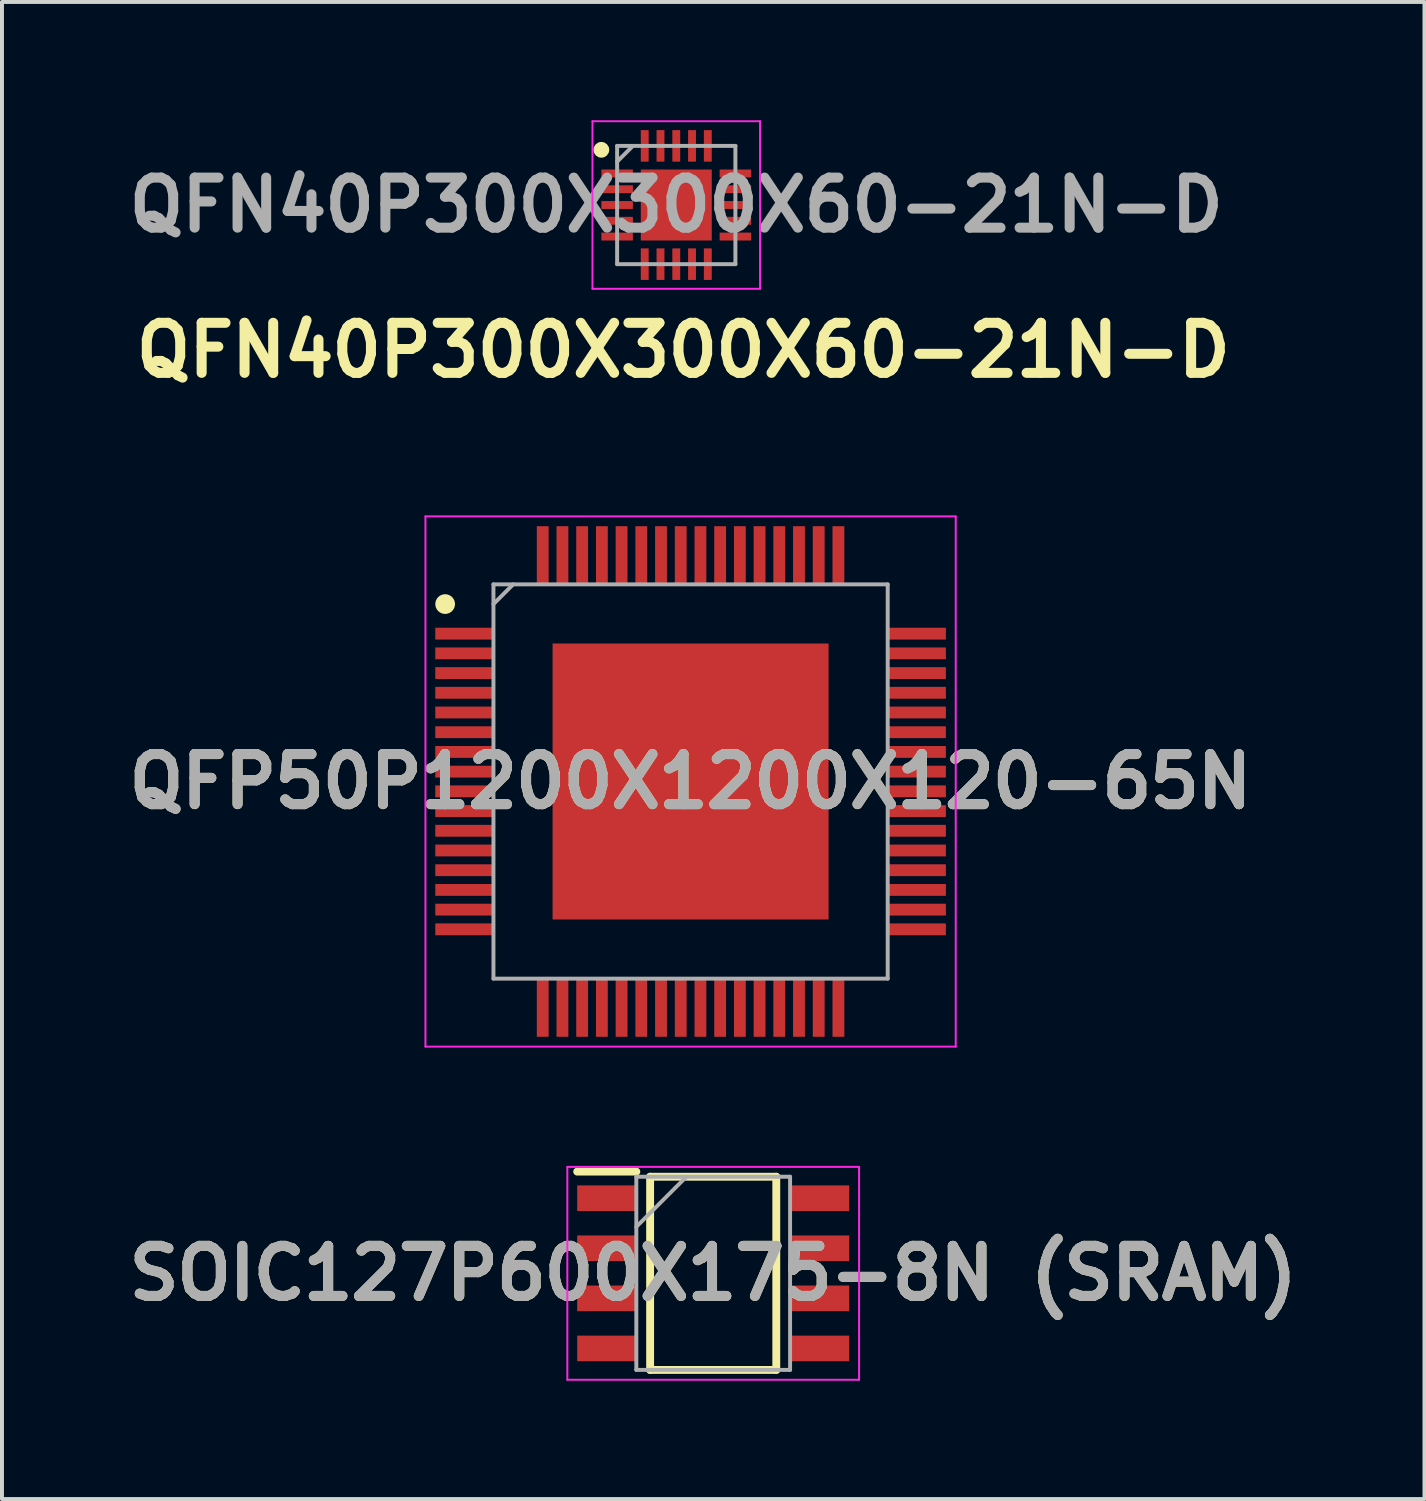
<source format=kicad_pcb>
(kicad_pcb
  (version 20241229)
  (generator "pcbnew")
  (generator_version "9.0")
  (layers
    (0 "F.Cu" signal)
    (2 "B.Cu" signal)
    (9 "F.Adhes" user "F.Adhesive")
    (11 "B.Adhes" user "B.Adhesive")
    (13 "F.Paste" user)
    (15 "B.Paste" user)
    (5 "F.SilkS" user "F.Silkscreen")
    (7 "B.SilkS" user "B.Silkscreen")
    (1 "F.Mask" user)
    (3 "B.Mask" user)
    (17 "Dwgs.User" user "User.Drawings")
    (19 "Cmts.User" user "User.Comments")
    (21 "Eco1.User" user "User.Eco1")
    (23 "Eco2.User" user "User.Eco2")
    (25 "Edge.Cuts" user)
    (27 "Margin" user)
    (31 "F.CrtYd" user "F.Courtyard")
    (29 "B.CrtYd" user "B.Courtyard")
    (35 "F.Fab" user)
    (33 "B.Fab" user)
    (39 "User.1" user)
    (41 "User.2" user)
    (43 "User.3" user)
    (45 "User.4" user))
  (footprint "SOIC127P600X175-8N (SRAM)"
    (layer "F.Cu")
    (at 15.04 29.247)
    (property "Reference" "SOIC127P600X175-8N (SRAM)" (at 0 0 0) (layer "F.SilkS") (effects (font (size 1.27 1.27) (thickness 0.254))))
    (attr smd)
    (fp_line (start -3.45 -2.58) (end -1.95 -2.58) (stroke (width 0.2) (type solid)) (layer "F.SilkS"))
    (fp_line (start -1.6 -2.45) (end 1.6 -2.45) (stroke (width 0.2) (type solid)) (layer "F.SilkS"))
    (fp_line (start -1.6 2.45) (end -1.6 -2.45) (stroke (width 0.2) (type solid)) (layer "F.SilkS"))
    (fp_line (start 1.6 -2.45) (end 1.6 2.45) (stroke (width 0.2) (type solid)) (layer "F.SilkS"))
    (fp_line (start 1.6 2.45) (end -1.6 2.45) (stroke (width 0.2) (type solid)) (layer "F.SilkS"))
    (fp_line (start -3.7 -2.7) (end 3.7 -2.7) (stroke (width 0.05) (type solid)) (layer "F.CrtYd"))
    (fp_line (start -3.7 2.7) (end -3.7 -2.7) (stroke (width 0.05) (type solid)) (layer "F.CrtYd"))
    (fp_line (start 3.7 -2.7) (end 3.7 2.7) (stroke (width 0.05) (type solid)) (layer "F.CrtYd"))
    (fp_line (start 3.7 2.7) (end -3.7 2.7) (stroke (width 0.05) (type solid)) (layer "F.CrtYd"))
    (fp_line (start -1.95 -2.45) (end 1.95 -2.45) (stroke (width 0.1) (type solid)) (layer "F.Fab"))
    (fp_line (start -1.95 -1.18) (end -0.68 -2.45) (stroke (width 0.1) (type solid)) (layer "F.Fab"))
    (fp_line (start -1.95 2.45) (end -1.95 -2.45) (stroke (width 0.1) (type solid)) (layer "F.Fab"))
    (fp_line (start 1.95 -2.45) (end 1.95 2.45) (stroke (width 0.1) (type solid)) (layer "F.Fab"))
    (fp_line (start 1.95 2.45) (end -1.95 2.45) (stroke (width 0.1) (type solid)) (layer "F.Fab"))
    (fp_text user "${REFERENCE}" (at 0 0 0) (layer "F.Fab") (effects (font (size 1.27 1.27) (thickness 0.254))))
    (pad "1" smd rect (at -2.7 -1.905 90) (size 0.65 1.5) (layers "F.Cu" "F.Mask" "F.Paste"))
    (pad "2" smd rect (at -2.7 -0.635 90) (size 0.65 1.5) (layers "F.Cu" "F.Mask" "F.Paste"))
    (pad "3" smd rect (at -2.7 0.635 90) (size 0.65 1.5) (layers "F.Cu" "F.Mask" "F.Paste"))
    (pad "4" smd rect (at -2.7 1.905 90) (size 0.65 1.5) (layers "F.Cu" "F.Mask" "F.Paste"))
    (pad "5" smd rect (at 2.7 1.905 90) (size 0.65 1.5) (layers "F.Cu" "F.Mask" "F.Paste"))
    (pad "6" smd rect (at 2.7 0.635 90) (size 0.65 1.5) (layers "F.Cu" "F.Mask" "F.Paste"))
    (pad "7" smd rect (at 2.7 -0.635 90) (size 0.65 1.5) (layers "F.Cu" "F.Mask" "F.Paste"))
    (pad "8" smd rect (at 2.7 -1.905 90) (size 0.65 1.5) (layers "F.Cu" "F.Mask" "F.Paste")))
  (footprint "QFP50P1200X1200X120-65N"
    (layer "F.Cu")
    (at 14.466 16.772)
    (property "Reference" "QFP50P1200X1200X120-65N" (at 0 0 0) (layer "F.SilkS") (effects (font (size 1.27 1.27) (thickness 0.254))))
    (attr smd)
    (fp_circle (center -6.225 -4.5) (end -6.225 -4.375) (stroke (width 0.25) (type solid)) (fill no) (layer "F.SilkS"))
    (fp_line (start -6.725 -6.725) (end 6.725 -6.725) (stroke (width 0.05) (type solid)) (layer "F.CrtYd"))
    (fp_line (start -6.725 6.725) (end -6.725 -6.725) (stroke (width 0.05) (type solid)) (layer "F.CrtYd"))
    (fp_line (start 6.725 -6.725) (end 6.725 6.725) (stroke (width 0.05) (type solid)) (layer "F.CrtYd"))
    (fp_line (start 6.725 6.725) (end -6.725 6.725) (stroke (width 0.05) (type solid)) (layer "F.CrtYd"))
    (fp_line (start -5 -5) (end 5 -5) (stroke (width 0.1) (type solid)) (layer "F.Fab"))
    (fp_line (start -5 -4.5) (end -4.5 -5) (stroke (width 0.1) (type solid)) (layer "F.Fab"))
    (fp_line (start -5 5) (end -5 -5) (stroke (width 0.1) (type solid)) (layer "F.Fab"))
    (fp_line (start 5 -5) (end 5 5) (stroke (width 0.1) (type solid)) (layer "F.Fab"))
    (fp_line (start 5 5) (end -5 5) (stroke (width 0.1) (type solid)) (layer "F.Fab"))
    (fp_text user "${REFERENCE}" (at 0 0 0) (layer "F.Fab") (effects (font (size 1.27 1.27) (thickness 0.254))))
    (pad "1" smd rect (at -5.738 -3.75 90) (size 0.3 1.475) (layers "F.Cu" "F.Mask" "F.Paste"))
    (pad "2" smd rect (at -5.738 -3.25 90) (size 0.3 1.475) (layers "F.Cu" "F.Mask" "F.Paste"))
    (pad "3" smd rect (at -5.738 -2.75 90) (size 0.3 1.475) (layers "F.Cu" "F.Mask" "F.Paste"))
    (pad "4" smd rect (at -5.738 -2.25 90) (size 0.3 1.475) (layers "F.Cu" "F.Mask" "F.Paste"))
    (pad "5" smd rect (at -5.738 -1.75 90) (size 0.3 1.475) (layers "F.Cu" "F.Mask" "F.Paste"))
    (pad "6" smd rect (at -5.738 -1.25 90) (size 0.3 1.475) (layers "F.Cu" "F.Mask" "F.Paste"))
    (pad "7" smd rect (at -5.738 -0.75 90) (size 0.3 1.475) (layers "F.Cu" "F.Mask" "F.Paste"))
    (pad "8" smd rect (at -5.738 -0.25 90) (size 0.3 1.475) (layers "F.Cu" "F.Mask" "F.Paste"))
    (pad "9" smd rect (at -5.738 0.25 90) (size 0.3 1.475) (layers "F.Cu" "F.Mask" "F.Paste"))
    (pad "10" smd rect (at -5.738 0.75 90) (size 0.3 1.475) (layers "F.Cu" "F.Mask" "F.Paste"))
    (pad "11" smd rect (at -5.738 1.25 90) (size 0.3 1.475) (layers "F.Cu" "F.Mask" "F.Paste"))
    (pad "12" smd rect (at -5.738 1.75 90) (size 0.3 1.475) (layers "F.Cu" "F.Mask" "F.Paste"))
    (pad "13" smd rect (at -5.738 2.25 90) (size 0.3 1.475) (layers "F.Cu" "F.Mask" "F.Paste"))
    (pad "14" smd rect (at -5.738 2.75 90) (size 0.3 1.475) (layers "F.Cu" "F.Mask" "F.Paste"))
    (pad "15" smd rect (at -5.738 3.25 90) (size 0.3 1.475) (layers "F.Cu" "F.Mask" "F.Paste"))
    (pad "16" smd rect (at -5.738 3.75 90) (size 0.3 1.475) (layers "F.Cu" "F.Mask" "F.Paste"))
    (pad "17" smd rect (at -3.75 5.738) (size 0.3 1.475) (layers "F.Cu" "F.Mask" "F.Paste"))
    (pad "18" smd rect (at -3.25 5.738) (size 0.3 1.475) (layers "F.Cu" "F.Mask" "F.Paste"))
    (pad "19" smd rect (at -2.75 5.738) (size 0.3 1.475) (layers "F.Cu" "F.Mask" "F.Paste"))
    (pad "20" smd rect (at -2.25 5.738) (size 0.3 1.475) (layers "F.Cu" "F.Mask" "F.Paste"))
    (pad "21" smd rect (at -1.75 5.738) (size 0.3 1.475) (layers "F.Cu" "F.Mask" "F.Paste"))
    (pad "22" smd rect (at -1.25 5.738) (size 0.3 1.475) (layers "F.Cu" "F.Mask" "F.Paste"))
    (pad "23" smd rect (at -0.75 5.738) (size 0.3 1.475) (layers "F.Cu" "F.Mask" "F.Paste"))
    (pad "24" smd rect (at -0.25 5.738) (size 0.3 1.475) (layers "F.Cu" "F.Mask" "F.Paste"))
    (pad "25" smd rect (at 0.25 5.738) (size 0.3 1.475) (layers "F.Cu" "F.Mask" "F.Paste"))
    (pad "26" smd rect (at 0.75 5.738) (size 0.3 1.475) (layers "F.Cu" "F.Mask" "F.Paste"))
    (pad "27" smd rect (at 1.25 5.738) (size 0.3 1.475) (layers "F.Cu" "F.Mask" "F.Paste"))
    (pad "28" smd rect (at 1.75 5.738) (size 0.3 1.475) (layers "F.Cu" "F.Mask" "F.Paste"))
    (pad "29" smd rect (at 2.25 5.738) (size 0.3 1.475) (layers "F.Cu" "F.Mask" "F.Paste"))
    (pad "30" smd rect (at 2.75 5.738) (size 0.3 1.475) (layers "F.Cu" "F.Mask" "F.Paste"))
    (pad "31" smd rect (at 3.25 5.738) (size 0.3 1.475) (layers "F.Cu" "F.Mask" "F.Paste"))
    (pad "32" smd rect (at 3.75 5.738) (size 0.3 1.475) (layers "F.Cu" "F.Mask" "F.Paste"))
    (pad "33" smd rect (at 5.738 3.75 90) (size 0.3 1.475) (layers "F.Cu" "F.Mask" "F.Paste"))
    (pad "34" smd rect (at 5.738 3.25 90) (size 0.3 1.475) (layers "F.Cu" "F.Mask" "F.Paste"))
    (pad "35" smd rect (at 5.738 2.75 90) (size 0.3 1.475) (layers "F.Cu" "F.Mask" "F.Paste"))
    (pad "36" smd rect (at 5.738 2.25 90) (size 0.3 1.475) (layers "F.Cu" "F.Mask" "F.Paste"))
    (pad "37" smd rect (at 5.738 1.75 90) (size 0.3 1.475) (layers "F.Cu" "F.Mask" "F.Paste"))
    (pad "38" smd rect (at 5.738 1.25 90) (size 0.3 1.475) (layers "F.Cu" "F.Mask" "F.Paste"))
    (pad "39" smd rect (at 5.738 0.75 90) (size 0.3 1.475) (layers "F.Cu" "F.Mask" "F.Paste"))
    (pad "40" smd rect (at 5.738 0.25 90) (size 0.3 1.475) (layers "F.Cu" "F.Mask" "F.Paste"))
    (pad "41" smd rect (at 5.738 -0.25 90) (size 0.3 1.475) (layers "F.Cu" "F.Mask" "F.Paste"))
    (pad "42" smd rect (at 5.738 -0.75 90) (size 0.3 1.475) (layers "F.Cu" "F.Mask" "F.Paste"))
    (pad "43" smd rect (at 5.738 -1.25 90) (size 0.3 1.475) (layers "F.Cu" "F.Mask" "F.Paste"))
    (pad "44" smd rect (at 5.738 -1.75 90) (size 0.3 1.475) (layers "F.Cu" "F.Mask" "F.Paste"))
    (pad "45" smd rect (at 5.738 -2.25 90) (size 0.3 1.475) (layers "F.Cu" "F.Mask" "F.Paste"))
    (pad "46" smd rect (at 5.738 -2.75 90) (size 0.3 1.475) (layers "F.Cu" "F.Mask" "F.Paste"))
    (pad "47" smd rect (at 5.738 -3.25 90) (size 0.3 1.475) (layers "F.Cu" "F.Mask" "F.Paste"))
    (pad "48" smd rect (at 5.738 -3.75 90) (size 0.3 1.475) (layers "F.Cu" "F.Mask" "F.Paste"))
    (pad "49" smd rect (at 3.75 -5.738) (size 0.3 1.475) (layers "F.Cu" "F.Mask" "F.Paste"))
    (pad "50" smd rect (at 3.25 -5.738) (size 0.3 1.475) (layers "F.Cu" "F.Mask" "F.Paste"))
    (pad "51" smd rect (at 2.75 -5.738) (size 0.3 1.475) (layers "F.Cu" "F.Mask" "F.Paste"))
    (pad "52" smd rect (at 2.25 -5.738) (size 0.3 1.475) (layers "F.Cu" "F.Mask" "F.Paste"))
    (pad "53" smd rect (at 1.75 -5.738) (size 0.3 1.475) (layers "F.Cu" "F.Mask" "F.Paste"))
    (pad "54" smd rect (at 1.25 -5.738) (size 0.3 1.475) (layers "F.Cu" "F.Mask" "F.Paste"))
    (pad "55" smd rect (at 0.75 -5.738) (size 0.3 1.475) (layers "F.Cu" "F.Mask" "F.Paste"))
    (pad "56" smd rect (at 0.25 -5.738) (size 0.3 1.475) (layers "F.Cu" "F.Mask" "F.Paste"))
    (pad "57" smd rect (at -0.25 -5.738) (size 0.3 1.475) (layers "F.Cu" "F.Mask" "F.Paste"))
    (pad "58" smd rect (at -0.75 -5.738) (size 0.3 1.475) (layers "F.Cu" "F.Mask" "F.Paste"))
    (pad "59" smd rect (at -1.25 -5.738) (size 0.3 1.475) (layers "F.Cu" "F.Mask" "F.Paste"))
    (pad "60" smd rect (at -1.75 -5.738) (size 0.3 1.475) (layers "F.Cu" "F.Mask" "F.Paste"))
    (pad "61" smd rect (at -2.25 -5.738) (size 0.3 1.475) (layers "F.Cu" "F.Mask" "F.Paste"))
    (pad "62" smd rect (at -2.75 -5.738) (size 0.3 1.475) (layers "F.Cu" "F.Mask" "F.Paste"))
    (pad "63" smd rect (at -3.25 -5.738) (size 0.3 1.475) (layers "F.Cu" "F.Mask" "F.Paste"))
    (pad "64" smd rect (at -3.75 -5.738) (size 0.3 1.475) (layers "F.Cu" "F.Mask" "F.Paste"))
    (pad "65" smd rect (at 0 0) (size 7 7) (layers "F.Cu" "F.Mask" "F.Paste")))
  (footprint "QFN40P300X300X60-21N-D"
    (layer "F.Cu")
    (at 14.103 2.15)
    (property "Reference" "QFN40P300X300X60-21N-D" (at 0.178 3.683 0) (layer "F.SilkS") (effects (font (size 1.27 1.27) (thickness 0.254))))
    (attr smd)
    (fp_circle (center -1.9 -1.4) (end -1.9 -1.3) (stroke (width 0.2) (type solid)) (fill no) (layer "F.SilkS"))
    (fp_line (start -2.125 -2.125) (end 2.125 -2.125) (stroke (width 0.05) (type solid)) (layer "F.CrtYd"))
    (fp_line (start -2.125 2.125) (end -2.125 -2.125) (stroke (width 0.05) (type solid)) (layer "F.CrtYd"))
    (fp_line (start 2.125 -2.125) (end 2.125 2.125) (stroke (width 0.05) (type solid)) (layer "F.CrtYd"))
    (fp_line (start 2.125 2.125) (end -2.125 2.125) (stroke (width 0.05) (type solid)) (layer "F.CrtYd"))
    (fp_line (start -1.5 -1.5) (end 1.5 -1.5) (stroke (width 0.1) (type solid)) (layer "F.Fab"))
    (fp_line (start -1.5 -1.1) (end -1.1 -1.5) (stroke (width 0.1) (type solid)) (layer "F.Fab"))
    (fp_line (start -1.5 1.5) (end -1.5 -1.5) (stroke (width 0.1) (type solid)) (layer "F.Fab"))
    (fp_line (start 1.5 -1.5) (end 1.5 1.5) (stroke (width 0.1) (type solid)) (layer "F.Fab"))
    (fp_line (start 1.5 1.5) (end -1.5 1.5) (stroke (width 0.1) (type solid)) (layer "F.Fab"))
    (fp_text user "${REFERENCE}" (at 0 0 0) (layer "F.Fab") (effects (font (size 1.27 1.27) (thickness 0.254))))
    (pad "1" smd rect (at -1.5 -0.8 90) (size 0.2 0.8) (layers "F.Cu" "F.Mask" "F.Paste"))
    (pad "2" smd rect (at -1.5 -0.4 90) (size 0.2 0.8) (layers "F.Cu" "F.Mask" "F.Paste"))
    (pad "3" smd rect (at -1.5 0 90) (size 0.2 0.8) (layers "F.Cu" "F.Mask" "F.Paste"))
    (pad "4" smd rect (at -1.5 0.4 90) (size 0.2 0.8) (layers "F.Cu" "F.Mask" "F.Paste"))
    (pad "5" smd rect (at -1.5 0.8 90) (size 0.2 0.8) (layers "F.Cu" "F.Mask" "F.Paste"))
    (pad "6" smd rect (at -0.8 1.5) (size 0.2 0.8) (layers "F.Cu" "F.Mask" "F.Paste"))
    (pad "7" smd rect (at -0.4 1.5) (size 0.2 0.8) (layers "F.Cu" "F.Mask" "F.Paste"))
    (pad "8" smd rect (at 0 1.5) (size 0.2 0.8) (layers "F.Cu" "F.Mask" "F.Paste"))
    (pad "9" smd rect (at 0.4 1.5) (size 0.2 0.8) (layers "F.Cu" "F.Mask" "F.Paste"))
    (pad "10" smd rect (at 0.8 1.5) (size 0.2 0.8) (layers "F.Cu" "F.Mask" "F.Paste"))
    (pad "11" smd rect (at 1.5 0.8 90) (size 0.2 0.8) (layers "F.Cu" "F.Mask" "F.Paste"))
    (pad "12" smd rect (at 1.5 0.4 90) (size 0.2 0.8) (layers "F.Cu" "F.Mask" "F.Paste"))
    (pad "13" smd rect (at 1.5 0 90) (size 0.2 0.8) (layers "F.Cu" "F.Mask" "F.Paste"))
    (pad "14" smd rect (at 1.5 -0.4 90) (size 0.2 0.8) (layers "F.Cu" "F.Mask" "F.Paste"))
    (pad "15" smd rect (at 1.5 -0.8 90) (size 0.2 0.8) (layers "F.Cu" "F.Mask" "F.Paste"))
    (pad "16" smd rect (at 0.8 -1.5) (size 0.2 0.8) (layers "F.Cu" "F.Mask" "F.Paste"))
    (pad "17" smd rect (at 0.4 -1.5) (size 0.2 0.8) (layers "F.Cu" "F.Mask" "F.Paste"))
    (pad "18" smd rect (at 0 -1.5) (size 0.2 0.8) (layers "F.Cu" "F.Mask" "F.Paste"))
    (pad "19" smd rect (at -0.4 -1.5) (size 0.2 0.8) (layers "F.Cu" "F.Mask" "F.Paste"))
    (pad "20" smd rect (at -0.8 -1.5) (size 0.2 0.8) (layers "F.Cu" "F.Mask" "F.Paste"))
    (pad "21" smd rect (at 0 0) (size 1.8 1.8) (layers "F.Cu" "F.Mask" "F.Paste")))
  (gr_rect
    (start -3 -3)
    (end 33.081 34.972)
    (stroke (width 0.1) (type default))
    (fill no)
    (layer "Edge.Cuts")))
</source>
